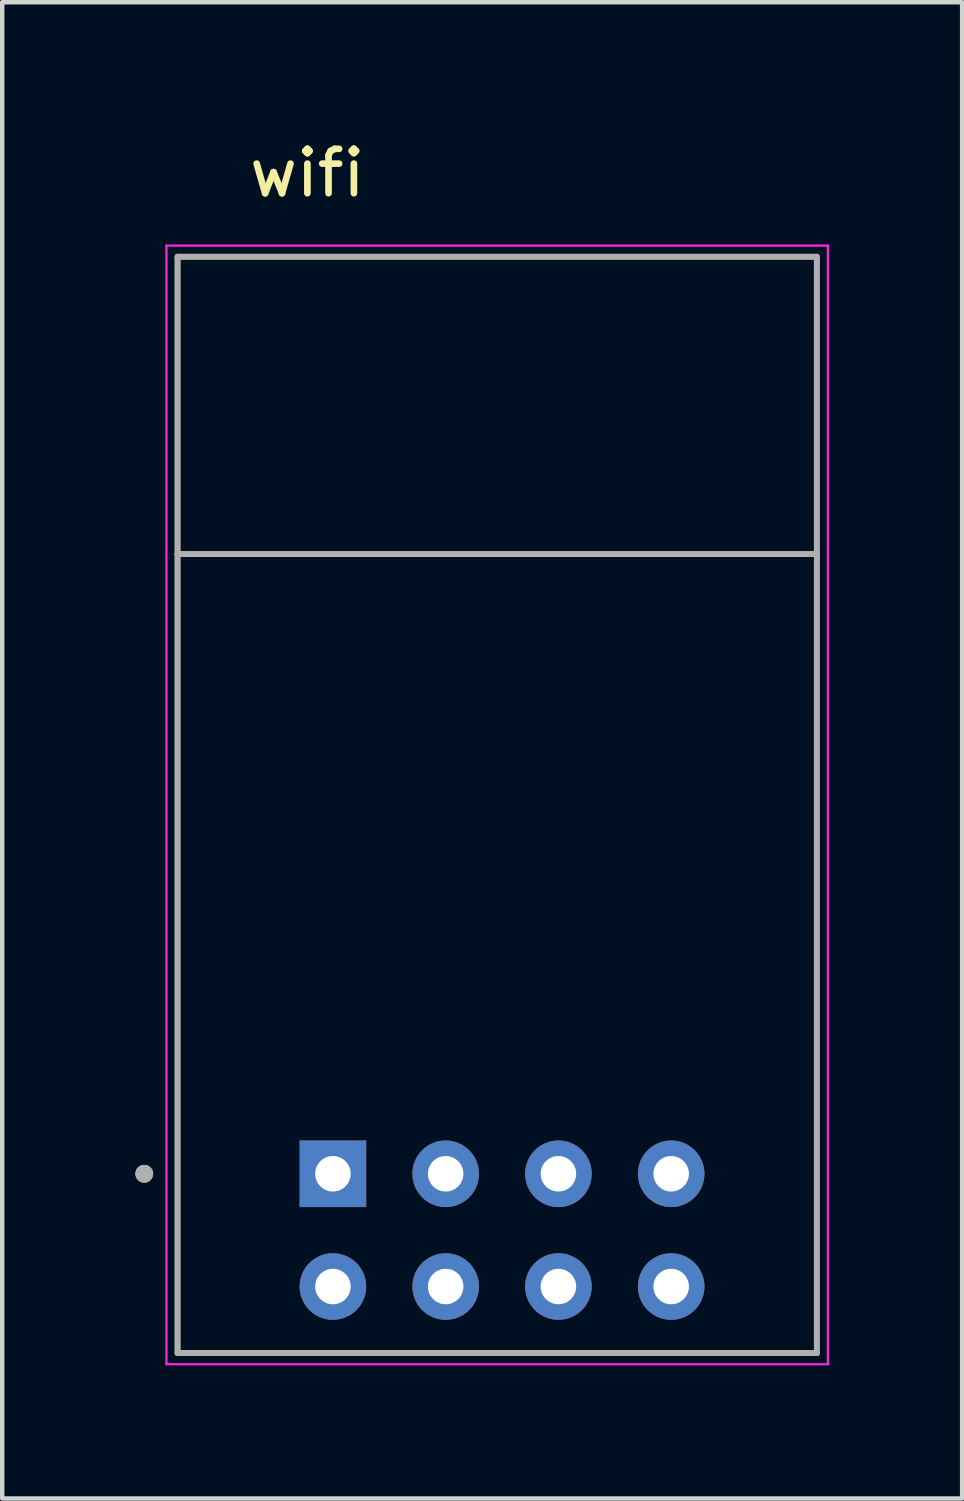
<source format=kicad_pcb>
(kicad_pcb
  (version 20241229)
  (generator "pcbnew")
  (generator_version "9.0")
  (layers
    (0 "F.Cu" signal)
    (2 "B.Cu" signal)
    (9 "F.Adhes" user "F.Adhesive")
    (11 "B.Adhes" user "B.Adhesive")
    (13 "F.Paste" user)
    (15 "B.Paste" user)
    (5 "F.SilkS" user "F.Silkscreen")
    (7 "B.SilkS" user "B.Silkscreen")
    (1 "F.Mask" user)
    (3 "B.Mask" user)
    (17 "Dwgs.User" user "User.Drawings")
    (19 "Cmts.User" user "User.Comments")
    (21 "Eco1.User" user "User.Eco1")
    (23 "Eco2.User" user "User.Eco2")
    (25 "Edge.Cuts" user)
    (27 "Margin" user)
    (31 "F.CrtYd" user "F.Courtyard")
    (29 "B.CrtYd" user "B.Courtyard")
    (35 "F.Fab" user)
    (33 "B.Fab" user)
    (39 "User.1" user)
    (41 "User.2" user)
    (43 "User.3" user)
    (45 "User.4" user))
  (footprint "wifi"
    (layer "F.Cu")
    (at 8.26 15.083)
    (property "Reference" "wifi" (at -4.385 -14.235 0) (layer "F.SilkS") (effects (font (size 1 1) (thickness 0.15))))
    (attr through_hole)
    (fp_line (start -7.31 -12.35) (end 7.09 -12.35) (stroke (width 0.127) (type solid)) (layer "F.SilkS"))
    (fp_line (start -7.31 -5.65) (end -7.31 -12.35) (stroke (width 0.127) (type solid)) (layer "F.SilkS"))
    (fp_line (start -7.31 12.35) (end -7.31 -5.65) (stroke (width 0.127) (type solid)) (layer "F.SilkS"))
    (fp_line (start 7.09 -12.35) (end 7.09 -5.65) (stroke (width 0.127) (type solid)) (layer "F.SilkS"))
    (fp_line (start 7.09 -5.65) (end -7.31 -5.65) (stroke (width 0.127) (type solid)) (layer "F.SilkS"))
    (fp_line (start 7.09 -5.65) (end 7.09 12.35) (stroke (width 0.127) (type solid)) (layer "F.SilkS"))
    (fp_line (start 7.09 12.35) (end -7.31 12.35) (stroke (width 0.127) (type solid)) (layer "F.SilkS"))
    (fp_circle (center -8.06 8.31) (end -7.96 8.31) (stroke (width 0.2) (type solid)) (fill no) (layer "F.SilkS"))
    (fp_line (start -7.56 -12.6) (end -7.56 12.6) (stroke (width 0.05) (type solid)) (layer "F.CrtYd"))
    (fp_line (start -7.56 12.6) (end 7.34 12.6) (stroke (width 0.05) (type solid)) (layer "F.CrtYd"))
    (fp_line (start 7.34 -12.6) (end -7.56 -12.6) (stroke (width 0.05) (type solid)) (layer "F.CrtYd"))
    (fp_line (start 7.34 12.6) (end 7.34 -12.6) (stroke (width 0.05) (type solid)) (layer "F.CrtYd"))
    (fp_line (start -7.31 -12.35) (end 7.09 -12.35) (stroke (width 0.127) (type solid)) (layer "F.Fab"))
    (fp_line (start -7.31 -5.65) (end -7.31 -12.35) (stroke (width 0.127) (type solid)) (layer "F.Fab"))
    (fp_line (start -7.31 12.35) (end -7.31 -5.65) (stroke (width 0.127) (type solid)) (layer "F.Fab"))
    (fp_line (start 7.09 -12.35) (end 7.09 -5.65) (stroke (width 0.127) (type solid)) (layer "F.Fab"))
    (fp_line (start 7.09 -5.65) (end -7.31 -5.65) (stroke (width 0.127) (type solid)) (layer "F.Fab"))
    (fp_line (start 7.09 -5.65) (end 7.09 12.35) (stroke (width 0.127) (type solid)) (layer "F.Fab"))
    (fp_line (start 7.09 12.35) (end -7.31 12.35) (stroke (width 0.127) (type solid)) (layer "F.Fab"))
    (fp_circle (center -8.06 8.31) (end -7.96 8.31) (stroke (width 0.2) (type solid)) (fill no) (layer "F.Fab"))
    (pad "1" thru_hole rect (at -3.81 8.31) (size 1.5 1.5) (drill 0.8) (layers "*.Cu" "*.Mask"))
    (pad "2" thru_hole circle (at -1.27 8.31) (size 1.5 1.5) (drill 0.8) (layers "*.Cu" "*.Mask"))
    (pad "3" thru_hole circle (at 1.27 8.31) (size 1.5 1.5) (drill 0.8) (layers "*.Cu" "*.Mask"))
    (pad "4" thru_hole circle (at 3.81 8.31) (size 1.5 1.5) (drill 0.8) (layers "*.Cu" "*.Mask"))
    (pad "5" thru_hole circle (at -3.81 10.85) (size 1.5 1.5) (drill 0.8) (layers "*.Cu" "*.Mask"))
    (pad "6" thru_hole circle (at -1.27 10.85) (size 1.5 1.5) (drill 0.8) (layers "*.Cu" "*.Mask"))
    (pad "7" thru_hole circle (at 1.27 10.85) (size 1.5 1.5) (drill 0.8) (layers "*.Cu" "*.Mask"))
    (pad "8" thru_hole circle (at 3.81 10.85) (size 1.5 1.5) (drill 0.8) (layers "*.Cu" "*.Mask"))
    (zone (net_name "") (layer "F.Cu") (hatch full 0.508) (connect_pads) (min_thickness 0.01) (filled_areas_thickness no) (keepout (tracks not_allowed) (vias not_allowed) (pads not_allowed) (copperpour not_allowed) (footprints allowed)) (placement (enabled no)) (fill) (polygon (pts (xy 0.95 2.733) (xy 15.35 2.733) (xy 15.35 9.433) (xy 0.95 9.433))))
    (zone (net_name "") (layers "F.Cu" "B.Cu") (hatch full 0.508) (connect_pads) (min_thickness 0.01) (filled_areas_thickness no) (keepout (tracks allowed) (vias not_allowed) (pads allowed) (copperpour allowed) (footprints allowed)) (placement (enabled no)) (fill) (polygon (pts (xy 0.95 2.733) (xy 15.35 2.733) (xy 15.35 9.433) (xy 0.95 9.433)))))
  (gr_rect
    (start -3 -3)
    (end 18.625 30.708)
    (stroke (width 0.1) (type default))
    (fill no)
    (layer "Edge.Cuts")))
</source>
